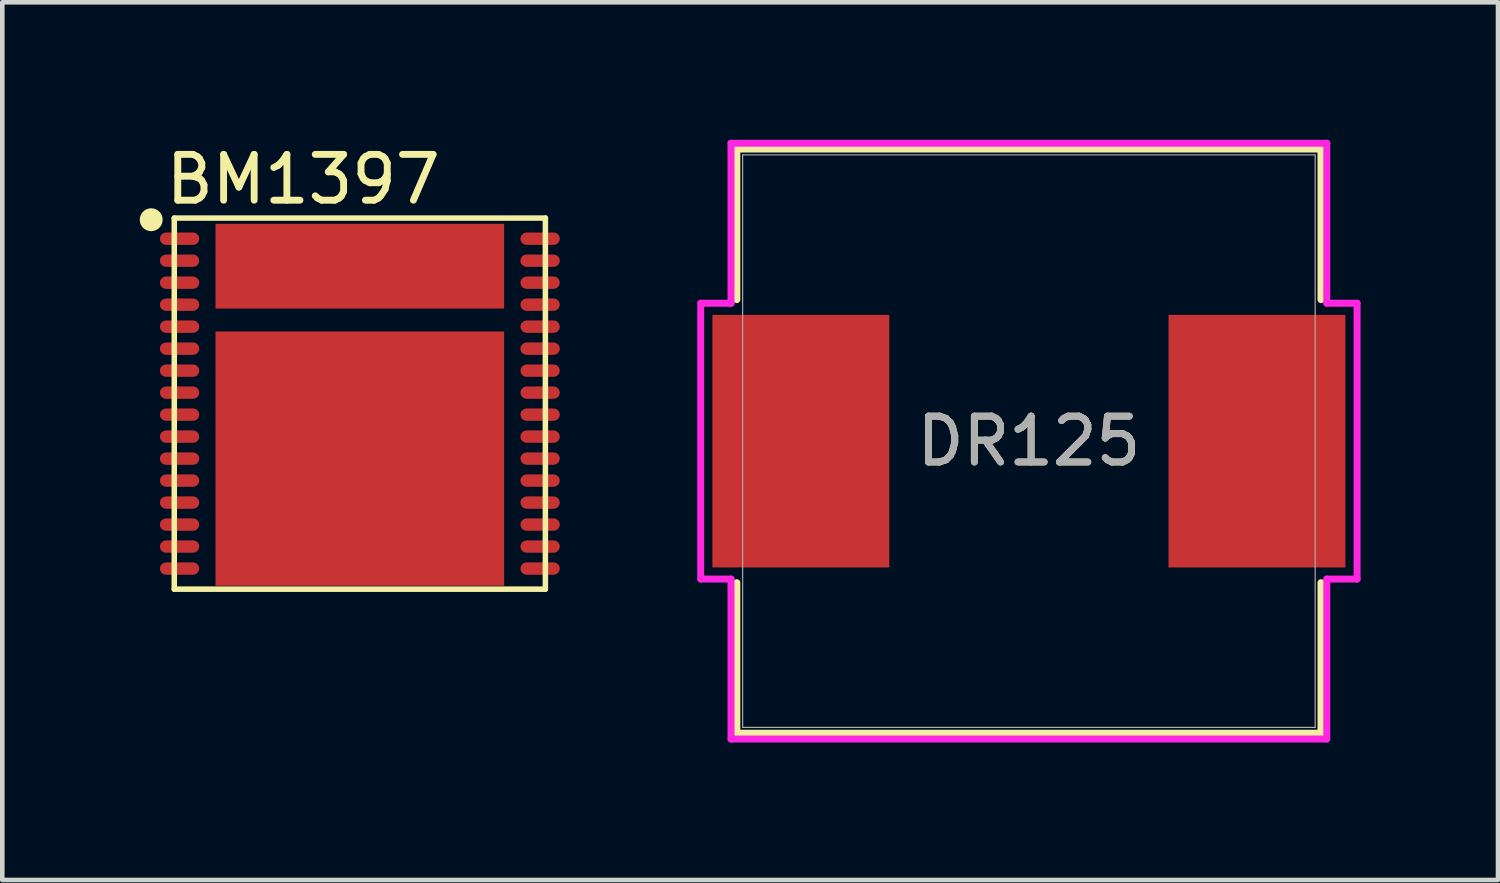
<source format=kicad_pcb>
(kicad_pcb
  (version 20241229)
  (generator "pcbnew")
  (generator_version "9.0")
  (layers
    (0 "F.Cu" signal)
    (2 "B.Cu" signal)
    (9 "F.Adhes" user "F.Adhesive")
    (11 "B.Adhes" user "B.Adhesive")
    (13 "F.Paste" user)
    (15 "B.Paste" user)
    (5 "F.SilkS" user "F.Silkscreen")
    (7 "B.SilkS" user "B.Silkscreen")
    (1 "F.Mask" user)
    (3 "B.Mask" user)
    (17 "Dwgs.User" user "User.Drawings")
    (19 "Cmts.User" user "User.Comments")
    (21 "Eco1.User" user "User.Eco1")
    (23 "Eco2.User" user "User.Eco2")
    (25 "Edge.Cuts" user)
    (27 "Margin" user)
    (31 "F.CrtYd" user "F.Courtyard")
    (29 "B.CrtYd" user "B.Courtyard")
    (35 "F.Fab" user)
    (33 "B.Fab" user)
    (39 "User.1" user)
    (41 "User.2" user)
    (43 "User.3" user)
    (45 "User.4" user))
  (footprint "BM1397"
    (layer "F.Cu")
    (at 4.804 5.76)
    (property "Reference" "BM1397" (at -4.31 -4.31 0) (layer "F.SilkS") (effects (font (size 1 1) (thickness 0.15)) (justify left bottom)))
    (fp_rect (start -3.15 -3.92) (end -0.21 -2.08) (stroke (width 0.01) (type solid)) (fill yes) (layer "F.Mask"))
    (fp_rect (start -3.14 -1.57) (end -0.2 0.06) (stroke (width 0.01) (type solid)) (fill yes) (layer "F.Mask"))
    (fp_rect (start -3.14 0.385) (end -0.2 2.015) (stroke (width 0.01) (type solid)) (fill yes) (layer "F.Mask"))
    (fp_rect (start -3.14 2.335) (end -0.2 3.965) (stroke (width 0.01) (type solid)) (fill yes) (layer "F.Mask"))
    (fp_rect (start 0.2 -1.565) (end 3.14 0.065) (stroke (width 0.01) (type solid)) (fill yes) (layer "F.Mask"))
    (fp_rect (start 0.2 2.345) (end 3.14 3.975) (stroke (width 0.01) (type solid)) (fill yes) (layer "F.Mask"))
    (fp_rect (start 0.21 -3.92) (end 3.15 -2.08) (stroke (width 0.01) (type solid)) (fill yes) (layer "F.Mask"))
    (fp_rect (start 0.21 0.375) (end 3.15 2.005) (stroke (width 0.01) (type solid)) (fill yes) (layer "F.Mask"))
    (fp_line (start -4.05 -4.05) (end 4.05 -4.05) (stroke (width 0.12) (type solid)) (layer "F.SilkS"))
    (fp_line (start -4.05 4.05) (end -4.05 -4.05) (stroke (width 0.12) (type solid)) (layer "F.SilkS"))
    (fp_line (start 4.05 -4.05) (end 4.05 4.05) (stroke (width 0.12) (type solid)) (layer "F.SilkS"))
    (fp_line (start 4.05 4.05) (end -4.05 4.05) (stroke (width 0.12) (type solid)) (layer "F.SilkS"))
    (fp_circle (center -4.554 -4.014) (end -4.429 -4.014) (stroke (width 0.25) (type solid)) (fill no) (layer "F.SilkS"))
    (fp_poly (pts (xy -2.66 -2.3) (xy -1.2 -2.3) (xy -1.2 -3.7) (xy -2.66 -3.7)) (stroke (width 0.1) (type solid)) (fill yes) (layer "F.Paste"))
    (fp_poly (pts (xy -2.66 1) (xy -1.2 1) (xy -1.2 -1.3) (xy -2.66 -1.3)) (stroke (width 0.1) (type solid)) (fill yes) (layer "F.Paste"))
    (fp_poly (pts (xy -2.66 3.7) (xy -1.2 3.7) (xy -1.2 1.4) (xy -2.66 1.4)) (stroke (width 0.1) (type solid)) (fill yes) (layer "F.Paste"))
    (fp_poly (pts (xy -0.56 -2.3) (xy 0.66 -2.3) (xy 0.66 -3.7) (xy -0.56 -3.7)) (stroke (width 0.1) (type solid)) (fill yes) (layer "F.Paste"))
    (fp_poly (pts (xy -0.56 1) (xy 0.66 1) (xy 0.66 -1.3) (xy -0.56 -1.3)) (stroke (width 0.1) (type solid)) (fill yes) (layer "F.Paste"))
    (fp_poly (pts (xy -0.56 3.7) (xy 0.66 3.7) (xy 0.66 1.4) (xy -0.56 1.4)) (stroke (width 0.1) (type solid)) (fill yes) (layer "F.Paste"))
    (fp_poly (pts (xy 1.2 -2.3) (xy 2.66 -2.3) (xy 2.66 -3.7) (xy 1.2 -3.7)) (stroke (width 0.1) (type solid)) (fill yes) (layer "F.Paste"))
    (fp_poly (pts (xy 1.2 1) (xy 2.66 1) (xy 2.66 -1.3) (xy 1.2 -1.3)) (stroke (width 0.1) (type solid)) (fill yes) (layer "F.Paste"))
    (fp_poly (pts (xy 1.2 3.7) (xy 2.66 3.7) (xy 2.66 1.4) (xy 1.2 1.4)) (stroke (width 0.1) (type solid)) (fill yes) (layer "F.Paste"))
    (pad "1" smd roundrect (at -3.935 -3.6) (size 0.86 0.27) (layers "F.Cu" "F.Mask" "F.Paste") (roundrect_rratio 0.5))
    (pad "2" smd roundrect (at -3.935 -3.12) (size 0.86 0.27) (layers "F.Cu" "F.Mask" "F.Paste") (roundrect_rratio 0.5))
    (pad "3" smd roundrect (at -3.935 -2.64) (size 0.86 0.27) (layers "F.Cu" "F.Mask" "F.Paste") (roundrect_rratio 0.5))
    (pad "4" smd roundrect (at -3.935 -2.16) (size 0.86 0.27) (layers "F.Cu" "F.Mask" "F.Paste") (roundrect_rratio 0.5))
    (pad "5" smd roundrect (at -3.935 -1.68) (size 0.86 0.27) (layers "F.Cu" "F.Mask" "F.Paste") (roundrect_rratio 0.5))
    (pad "6" smd roundrect (at -3.935 -1.2) (size 0.86 0.27) (layers "F.Cu" "F.Mask" "F.Paste") (roundrect_rratio 0.5))
    (pad "7" smd roundrect (at -3.935 -0.72) (size 0.86 0.27) (layers "F.Cu" "F.Mask" "F.Paste") (roundrect_rratio 0.5))
    (pad "8" smd roundrect (at -3.935 -0.24) (size 0.86 0.27) (layers "F.Cu" "F.Mask" "F.Paste") (roundrect_rratio 0.5))
    (pad "9" smd roundrect (at -3.935 0.24) (size 0.86 0.27) (layers "F.Cu" "F.Mask" "F.Paste") (roundrect_rratio 0.5))
    (pad "10" smd roundrect (at -3.935 0.72) (size 0.86 0.27) (layers "F.Cu" "F.Mask" "F.Paste") (roundrect_rratio 0.5))
    (pad "11" smd roundrect (at -3.935 1.2) (size 0.86 0.27) (layers "F.Cu" "F.Mask" "F.Paste") (roundrect_rratio 0.5))
    (pad "12" smd roundrect (at -3.935 1.68) (size 0.86 0.27) (layers "F.Cu" "F.Mask" "F.Paste") (roundrect_rratio 0.5))
    (pad "13" smd roundrect (at -3.935 2.16) (size 0.86 0.27) (layers "F.Cu" "F.Mask" "F.Paste") (roundrect_rratio 0.5))
    (pad "14" smd roundrect (at -3.935 2.64) (size 0.86 0.27) (layers "F.Cu" "F.Mask" "F.Paste") (roundrect_rratio 0.5))
    (pad "15" smd roundrect (at -3.935 3.12) (size 0.86 0.27) (layers "F.Cu" "F.Mask" "F.Paste") (roundrect_rratio 0.5))
    (pad "16" smd roundrect (at -3.935 3.6) (size 0.86 0.27) (layers "F.Cu" "F.Mask" "F.Paste") (roundrect_rratio 0.5))
    (pad "17" smd roundrect (at 3.935 3.6) (size 0.86 0.27) (layers "F.Cu" "F.Mask" "F.Paste") (roundrect_rratio 0.5))
    (pad "18" smd roundrect (at 3.935 3.12) (size 0.86 0.27) (layers "F.Cu" "F.Mask" "F.Paste") (roundrect_rratio 0.5))
    (pad "19" smd roundrect (at 3.935 2.64) (size 0.86 0.27) (layers "F.Cu" "F.Mask" "F.Paste") (roundrect_rratio 0.5))
    (pad "20" smd roundrect (at 3.935 2.16) (size 0.86 0.27) (layers "F.Cu" "F.Mask" "F.Paste") (roundrect_rratio 0.5))
    (pad "21" smd roundrect (at 3.935 1.68) (size 0.86 0.27) (layers "F.Cu" "F.Mask" "F.Paste") (roundrect_rratio 0.5))
    (pad "22" smd roundrect (at 3.935 1.2) (size 0.86 0.27) (layers "F.Cu" "F.Mask" "F.Paste") (roundrect_rratio 0.5))
    (pad "23" smd roundrect (at 3.935 0.72) (size 0.86 0.27) (layers "F.Cu" "F.Mask" "F.Paste") (roundrect_rratio 0.5))
    (pad "24" smd roundrect (at 3.935 0.24) (size 0.86 0.27) (layers "F.Cu" "F.Mask" "F.Paste") (roundrect_rratio 0.5))
    (pad "25" smd roundrect (at 3.935 -0.24) (size 0.86 0.27) (layers "F.Cu" "F.Mask" "F.Paste") (roundrect_rratio 0.5))
    (pad "26" smd roundrect (at 3.935 -0.72) (size 0.86 0.27) (layers "F.Cu" "F.Mask" "F.Paste") (roundrect_rratio 0.5))
    (pad "27" smd roundrect (at 3.935 -1.2) (size 0.86 0.27) (layers "F.Cu" "F.Mask" "F.Paste") (roundrect_rratio 0.5))
    (pad "28" smd roundrect (at 3.935 -1.68) (size 0.86 0.27) (layers "F.Cu" "F.Mask" "F.Paste") (roundrect_rratio 0.5))
    (pad "29" smd roundrect (at 3.935 -2.16) (size 0.86 0.27) (layers "F.Cu" "F.Mask" "F.Paste") (roundrect_rratio 0.5))
    (pad "30" smd roundrect (at 3.935 -2.64) (size 0.86 0.27) (layers "F.Cu" "F.Mask" "F.Paste") (roundrect_rratio 0.5))
    (pad "31" smd roundrect (at 3.935 -3.12) (size 0.86 0.27) (layers "F.Cu" "F.Mask" "F.Paste") (roundrect_rratio 0.5))
    (pad "32" smd roundrect (at 3.935 -3.6) (size 0.86 0.27) (layers "F.Cu" "F.Mask" "F.Paste") (roundrect_rratio 0.5))
    (pad "33" smd rect (at 0 -3) (size 6.3 1.85) (layers "F.Cu"))
    (pad "34" smd rect (at 0 1.2) (size 6.3 5.55) (layers "F.Cu")))
  (footprint "DR125"
    (layer "F.Cu")
    (at 19.408 6.579)
    (property "Reference" "DR125" (at 0 0 0) (unlocked yes) (layer "F.SilkS") (effects (font (size 1 1) (thickness 0.15))))
    (attr smd)
    (fp_line (start -6.375 -6.375) (end -6.375 -3.089) (stroke (width 0.152) (type solid)) (layer "F.SilkS"))
    (fp_line (start -6.375 3.089) (end -6.375 6.375) (stroke (width 0.152) (type solid)) (layer "F.SilkS"))
    (fp_line (start -6.375 6.375) (end 6.375 6.375) (stroke (width 0.152) (type solid)) (layer "F.SilkS"))
    (fp_line (start 6.375 -6.375) (end -6.375 -6.375) (stroke (width 0.152) (type solid)) (layer "F.SilkS"))
    (fp_line (start 6.375 -3.089) (end 6.375 -6.375) (stroke (width 0.152) (type solid)) (layer "F.SilkS"))
    (fp_line (start 6.375 6.375) (end 6.375 3.089) (stroke (width 0.152) (type solid)) (layer "F.SilkS"))
    (fp_line (start -7.163 -3.01) (end -6.502 -3.01) (stroke (width 0.152) (type solid)) (layer "F.CrtYd"))
    (fp_line (start -7.163 3.01) (end -7.163 -3.01) (stroke (width 0.152) (type solid)) (layer "F.CrtYd"))
    (fp_line (start -7.163 3.01) (end -6.502 3.01) (stroke (width 0.152) (type solid)) (layer "F.CrtYd"))
    (fp_line (start -6.502 -6.502) (end 6.502 -6.502) (stroke (width 0.152) (type solid)) (layer "F.CrtYd"))
    (fp_line (start -6.502 -3.01) (end -6.502 -6.502) (stroke (width 0.152) (type solid)) (layer "F.CrtYd"))
    (fp_line (start -6.502 3.01) (end -6.502 6.502) (stroke (width 0.152) (type solid)) (layer "F.CrtYd"))
    (fp_line (start -6.502 6.502) (end 6.502 6.502) (stroke (width 0.152) (type solid)) (layer "F.CrtYd"))
    (fp_line (start 6.502 -6.502) (end 6.502 -3.01) (stroke (width 0.152) (type solid)) (layer "F.CrtYd"))
    (fp_line (start 6.502 -3.01) (end 7.163 -3.01) (stroke (width 0.152) (type solid)) (layer "F.CrtYd"))
    (fp_line (start 6.502 3.01) (end 7.163 3.01) (stroke (width 0.152) (type solid)) (layer "F.CrtYd"))
    (fp_line (start 6.502 6.502) (end 6.502 3.01) (stroke (width 0.152) (type solid)) (layer "F.CrtYd"))
    (fp_line (start 7.163 -3.01) (end 7.163 3.01) (stroke (width 0.152) (type solid)) (layer "F.CrtYd"))
    (fp_line (start -6.248 -6.248) (end -6.248 6.248) (stroke (width 0.025) (type solid)) (layer "F.Fab"))
    (fp_line (start -6.248 6.248) (end 6.248 6.248) (stroke (width 0.025) (type solid)) (layer "F.Fab"))
    (fp_line (start 6.248 -6.248) (end -6.248 -6.248) (stroke (width 0.025) (type solid)) (layer "F.Fab"))
    (fp_line (start 6.248 6.248) (end 6.248 -6.248) (stroke (width 0.025) (type solid)) (layer "F.Fab"))
    (fp_text user "${REFERENCE}" (at 0 0 0) (unlocked yes) (layer "F.Fab") (effects (font (size 1 1) (thickness 0.15))))
    (pad "1" smd rect (at -4.978 0) (size 3.861 5.512) (layers "F.Cu" "F.Mask" "F.Paste"))
    (pad "2" smd rect (at 4.978 0) (size 3.861 5.512) (layers "F.Cu" "F.Mask" "F.Paste"))
    (zone (net_name "") (layer "F.Cu") (hatch full 0.508) (connect_pads) (min_thickness 0.254) (filled_areas_thickness no) (keepout (tracks not_allowed) (vias not_allowed) (pads allowed) (copperpour not_allowed) (footprints allowed)) (placement (enabled no)) (fill) (polygon (pts (xy 16.41 0.381) (xy 22.405 0.381) (xy 22.405 12.776) (xy 16.41 12.776)))))
  (gr_rect
    (start -3 -3)
    (end 29.647 16.157)
    (stroke (width 0.1) (type default))
    (fill no)
    (layer "Edge.Cuts")))
</source>
